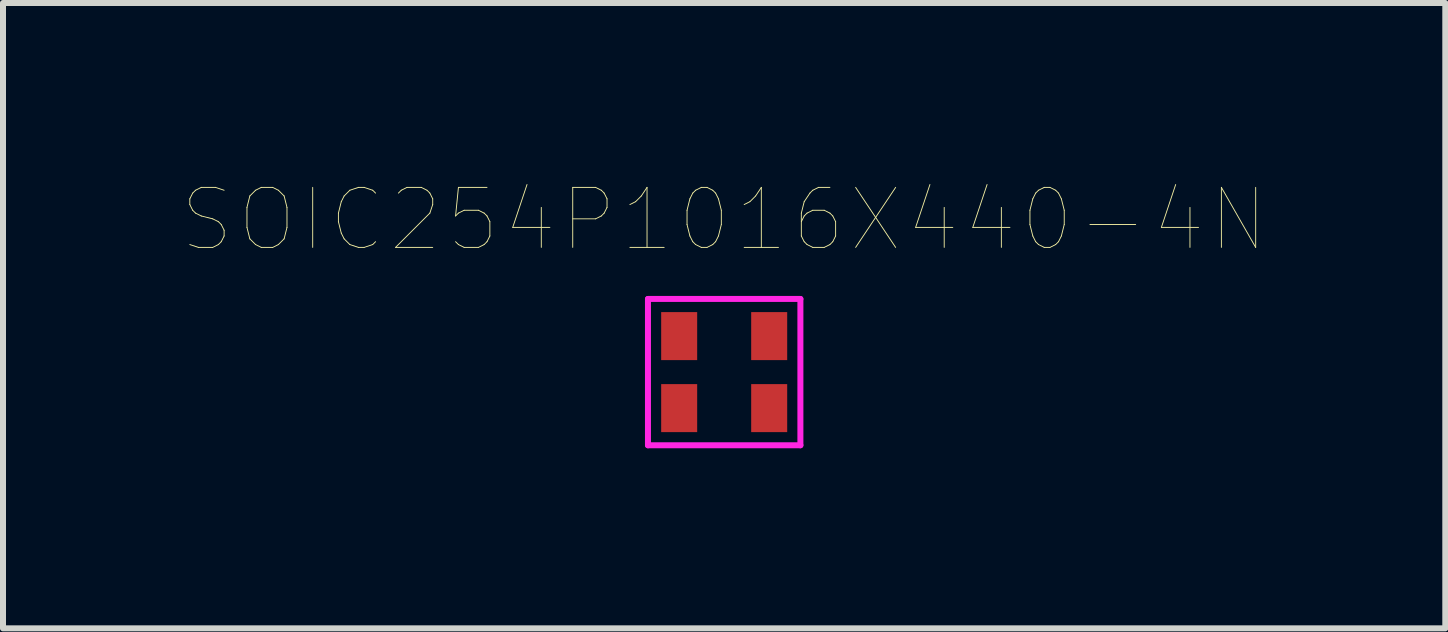
<source format=kicad_pcb>
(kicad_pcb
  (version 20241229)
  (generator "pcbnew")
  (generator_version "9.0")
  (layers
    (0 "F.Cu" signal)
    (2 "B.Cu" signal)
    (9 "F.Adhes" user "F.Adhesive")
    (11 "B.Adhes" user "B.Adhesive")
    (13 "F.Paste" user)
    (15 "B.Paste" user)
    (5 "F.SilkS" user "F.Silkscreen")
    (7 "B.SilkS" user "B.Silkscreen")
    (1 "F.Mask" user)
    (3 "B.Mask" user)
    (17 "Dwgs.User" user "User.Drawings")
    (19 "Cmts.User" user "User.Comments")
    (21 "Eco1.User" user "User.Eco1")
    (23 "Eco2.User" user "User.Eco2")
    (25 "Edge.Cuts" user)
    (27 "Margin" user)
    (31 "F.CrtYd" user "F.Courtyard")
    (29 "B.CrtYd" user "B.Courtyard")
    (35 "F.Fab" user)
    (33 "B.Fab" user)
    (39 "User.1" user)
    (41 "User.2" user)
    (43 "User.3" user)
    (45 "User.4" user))
  (footprint "SOIC254P1016X440-4N"
    (layer "F.Cu")
    (at 9.018 3.151)
    (property "Reference" "SOIC254P1016X440-4N" (at 0 -2.54 0) (layer "F.SilkS") (effects (font (size 1 1) (thickness 0.015))))
    (attr through_hole)
    (fp_line (start -1.27 -1.219) (end 1.27 -1.219) (stroke (width 0.1) (type solid)) (layer "F.CrtYd"))
    (fp_line (start -1.27 1.219) (end -1.27 -1.219) (stroke (width 0.1) (type solid)) (layer "F.CrtYd"))
    (fp_line (start 1.27 -1.219) (end 1.27 1.219) (stroke (width 0.1) (type solid)) (layer "F.CrtYd"))
    (fp_line (start 1.27 1.219) (end -1.27 1.219) (stroke (width 0.1) (type solid)) (layer "F.CrtYd"))
    (pad "1" smd rect (at -0.75 0.6) (size 0.6 0.8) (layers "F.Cu" "F.Mask" "F.Paste"))
    (pad "2" smd rect (at 0.75 0.6) (size 0.6 0.8) (layers "F.Cu" "F.Mask" "F.Paste"))
    (pad "3" smd rect (at 0.75 -0.6) (size 0.6 0.8) (layers "F.Cu" "F.Mask" "F.Paste"))
    (pad "4" smd rect (at -0.75 -0.6) (size 0.6 0.8) (layers "F.Cu" "F.Mask" "F.Paste")))
  (gr_rect
    (start -3 -3)
    (end 21.035 7.421)
    (stroke (width 0.1) (type default))
    (fill no)
    (layer "Edge.Cuts")))
</source>
